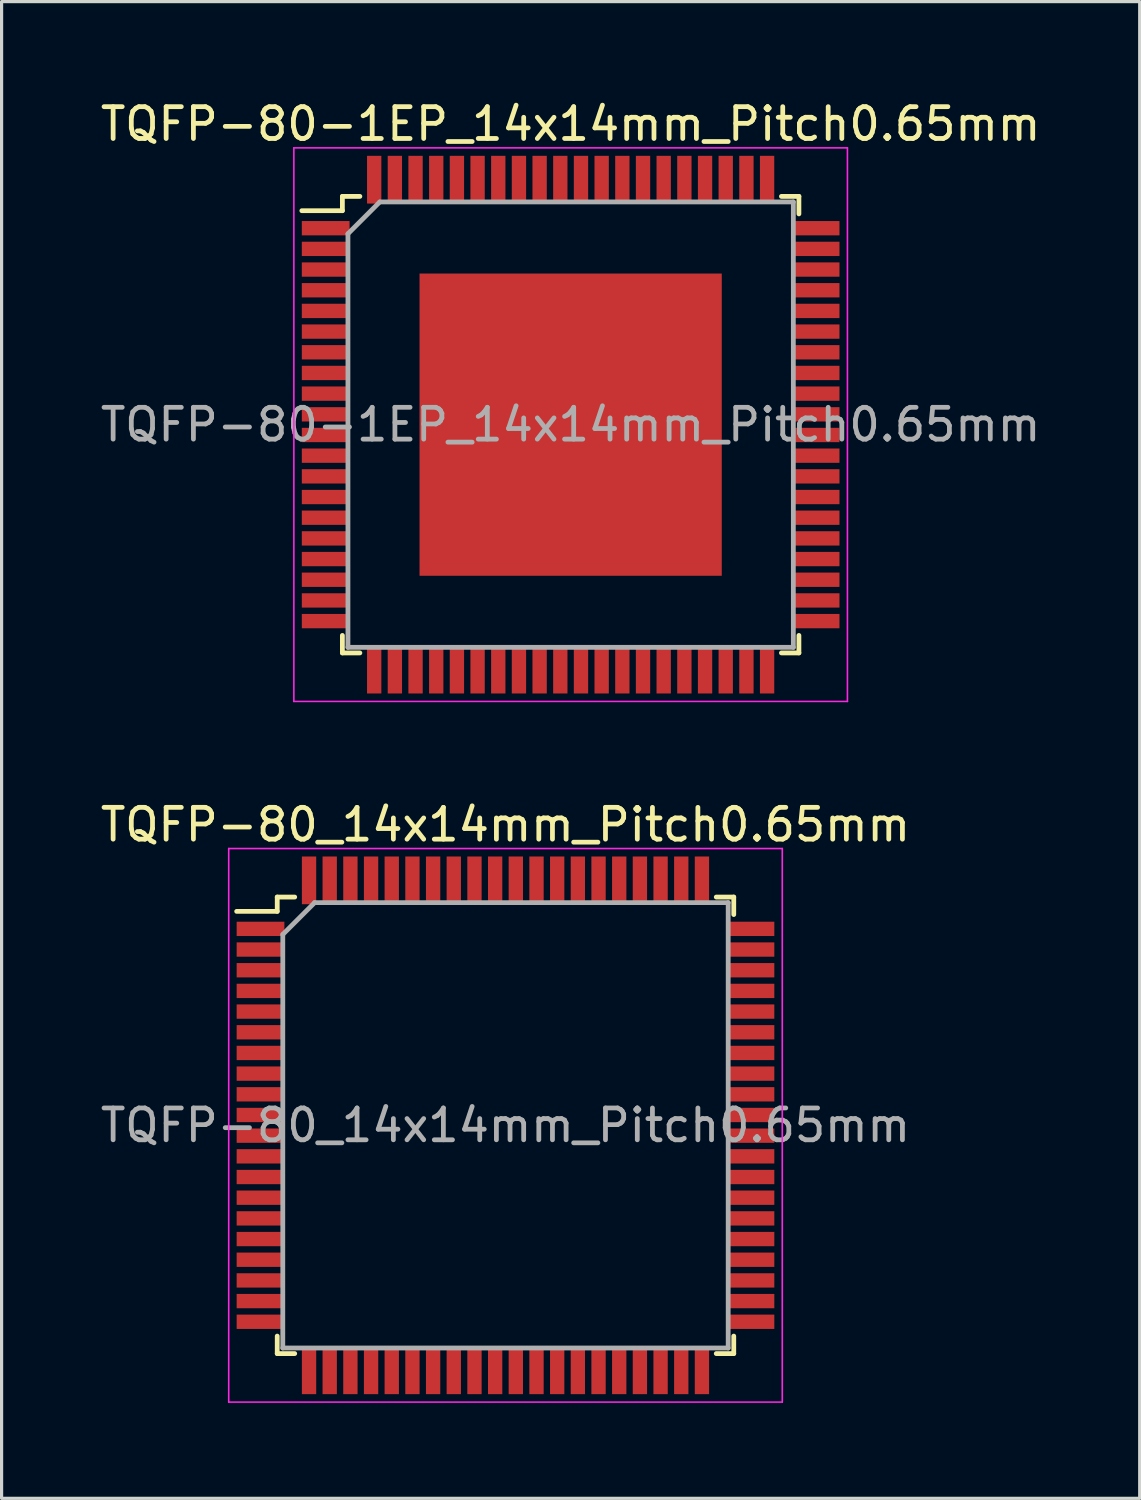
<source format=kicad_pcb>
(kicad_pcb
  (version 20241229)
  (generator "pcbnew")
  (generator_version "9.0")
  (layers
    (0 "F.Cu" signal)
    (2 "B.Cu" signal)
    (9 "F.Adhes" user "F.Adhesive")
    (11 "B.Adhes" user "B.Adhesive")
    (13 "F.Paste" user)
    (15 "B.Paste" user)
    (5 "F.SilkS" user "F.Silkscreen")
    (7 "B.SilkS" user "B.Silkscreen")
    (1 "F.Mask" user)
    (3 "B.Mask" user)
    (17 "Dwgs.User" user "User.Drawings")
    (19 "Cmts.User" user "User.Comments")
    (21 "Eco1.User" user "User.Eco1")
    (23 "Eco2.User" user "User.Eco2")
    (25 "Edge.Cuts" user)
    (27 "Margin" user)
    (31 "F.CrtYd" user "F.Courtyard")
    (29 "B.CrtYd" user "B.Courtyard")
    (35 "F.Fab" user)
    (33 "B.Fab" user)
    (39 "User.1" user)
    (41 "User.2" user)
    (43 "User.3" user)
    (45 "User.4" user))
  (footprint "TQFP-80-1EP_14x14mm_Pitch0.65mm"
    (layer "F.Cu")
    (at 14.887 10.298)
    (property "Reference" "TQFP-80-1EP_14x14mm_Pitch0.65mm" (at 0 -9.45 0) (layer "F.SilkS") (effects (font (size 1 1) (thickness 0.15))))
    (attr smd)
    (fp_line (start -7.175 -7.175) (end -7.175 -6.725) (stroke (width 0.15) (type solid)) (layer "F.SilkS"))
    (fp_line (start -7.175 -7.175) (end -6.625 -7.175) (stroke (width 0.15) (type solid)) (layer "F.SilkS"))
    (fp_line (start -7.175 -6.725) (end -8.45 -6.725) (stroke (width 0.15) (type solid)) (layer "F.SilkS"))
    (fp_line (start -7.175 7.175) (end -7.175 6.625) (stroke (width 0.15) (type solid)) (layer "F.SilkS"))
    (fp_line (start -7.175 7.175) (end -6.625 7.175) (stroke (width 0.15) (type solid)) (layer "F.SilkS"))
    (fp_line (start 7.175 -7.175) (end 6.625 -7.175) (stroke (width 0.15) (type solid)) (layer "F.SilkS"))
    (fp_line (start 7.175 -7.175) (end 7.175 -6.625) (stroke (width 0.15) (type solid)) (layer "F.SilkS"))
    (fp_line (start 7.175 7.175) (end 6.625 7.175) (stroke (width 0.15) (type solid)) (layer "F.SilkS"))
    (fp_line (start 7.175 7.175) (end 7.175 6.625) (stroke (width 0.15) (type solid)) (layer "F.SilkS"))
    (fp_line (start -8.7 -8.7) (end -8.7 8.7) (stroke (width 0.05) (type solid)) (layer "F.CrtYd"))
    (fp_line (start -8.7 -8.7) (end 8.7 -8.7) (stroke (width 0.05) (type solid)) (layer "F.CrtYd"))
    (fp_line (start -8.7 8.7) (end 8.7 8.7) (stroke (width 0.05) (type solid)) (layer "F.CrtYd"))
    (fp_line (start 8.7 -8.7) (end 8.7 8.7) (stroke (width 0.05) (type solid)) (layer "F.CrtYd"))
    (fp_line (start -7 -6) (end -6 -7) (stroke (width 0.15) (type solid)) (layer "F.Fab"))
    (fp_line (start -7 7) (end -7 -6) (stroke (width 0.15) (type solid)) (layer "F.Fab"))
    (fp_line (start -6 -7) (end 7 -7) (stroke (width 0.15) (type solid)) (layer "F.Fab"))
    (fp_line (start 7 -7) (end 7 7) (stroke (width 0.15) (type solid)) (layer "F.Fab"))
    (fp_line (start 7 7) (end -7 7) (stroke (width 0.15) (type solid)) (layer "F.Fab"))
    (fp_text user "${REFERENCE}" (at 0 0 0) (layer "F.Fab") (effects (font (size 1 1) (thickness 0.15))))
    (pad "" smd rect (at -2.375 -2.375) (size 3.8 3.8) (layers "F.Paste"))
    (pad "" smd rect (at -2.375 2.375) (size 3.8 3.8) (layers "F.Paste"))
    (pad "" smd rect (at 2.375 -2.375) (size 3.8 3.8) (layers "F.Paste"))
    (pad "" smd rect (at 2.375 2.375) (size 3.8 3.8) (layers "F.Paste"))
    (pad "1" smd rect (at -7.7 -6.175) (size 1.5 0.45) (layers "F.Cu" "F.Mask" "F.Paste"))
    (pad "2" smd rect (at -7.7 -5.525) (size 1.5 0.45) (layers "F.Cu" "F.Mask" "F.Paste"))
    (pad "3" smd rect (at -7.7 -4.875) (size 1.5 0.45) (layers "F.Cu" "F.Mask" "F.Paste"))
    (pad "4" smd rect (at -7.7 -4.225) (size 1.5 0.45) (layers "F.Cu" "F.Mask" "F.Paste"))
    (pad "5" smd rect (at -7.7 -3.575) (size 1.5 0.45) (layers "F.Cu" "F.Mask" "F.Paste"))
    (pad "6" smd rect (at -7.7 -2.925) (size 1.5 0.45) (layers "F.Cu" "F.Mask" "F.Paste"))
    (pad "7" smd rect (at -7.7 -2.275) (size 1.5 0.45) (layers "F.Cu" "F.Mask" "F.Paste"))
    (pad "8" smd rect (at -7.7 -1.625) (size 1.5 0.45) (layers "F.Cu" "F.Mask" "F.Paste"))
    (pad "9" smd rect (at -7.7 -0.975) (size 1.5 0.45) (layers "F.Cu" "F.Mask" "F.Paste"))
    (pad "10" smd rect (at -7.7 -0.325) (size 1.5 0.45) (layers "F.Cu" "F.Mask" "F.Paste"))
    (pad "11" smd rect (at -7.7 0.325) (size 1.5 0.45) (layers "F.Cu" "F.Mask" "F.Paste"))
    (pad "12" smd rect (at -7.7 0.975) (size 1.5 0.45) (layers "F.Cu" "F.Mask" "F.Paste"))
    (pad "13" smd rect (at -7.7 1.625) (size 1.5 0.45) (layers "F.Cu" "F.Mask" "F.Paste"))
    (pad "14" smd rect (at -7.7 2.275) (size 1.5 0.45) (layers "F.Cu" "F.Mask" "F.Paste"))
    (pad "15" smd rect (at -7.7 2.925) (size 1.5 0.45) (layers "F.Cu" "F.Mask" "F.Paste"))
    (pad "16" smd rect (at -7.7 3.575) (size 1.5 0.45) (layers "F.Cu" "F.Mask" "F.Paste"))
    (pad "17" smd rect (at -7.7 4.225) (size 1.5 0.45) (layers "F.Cu" "F.Mask" "F.Paste"))
    (pad "18" smd rect (at -7.7 4.875) (size 1.5 0.45) (layers "F.Cu" "F.Mask" "F.Paste"))
    (pad "19" smd rect (at -7.7 5.525) (size 1.5 0.45) (layers "F.Cu" "F.Mask" "F.Paste"))
    (pad "20" smd rect (at -7.7 6.175) (size 1.5 0.45) (layers "F.Cu" "F.Mask" "F.Paste"))
    (pad "21" smd rect (at -6.175 7.7 90) (size 1.5 0.45) (layers "F.Cu" "F.Mask" "F.Paste"))
    (pad "22" smd rect (at -5.525 7.7 90) (size 1.5 0.45) (layers "F.Cu" "F.Mask" "F.Paste"))
    (pad "23" smd rect (at -4.875 7.7 90) (size 1.5 0.45) (layers "F.Cu" "F.Mask" "F.Paste"))
    (pad "24" smd rect (at -4.225 7.7 90) (size 1.5 0.45) (layers "F.Cu" "F.Mask" "F.Paste"))
    (pad "25" smd rect (at -3.575 7.7 90) (size 1.5 0.45) (layers "F.Cu" "F.Mask" "F.Paste"))
    (pad "26" smd rect (at -2.925 7.7 90) (size 1.5 0.45) (layers "F.Cu" "F.Mask" "F.Paste"))
    (pad "27" smd rect (at -2.275 7.7 90) (size 1.5 0.45) (layers "F.Cu" "F.Mask" "F.Paste"))
    (pad "28" smd rect (at -1.625 7.7 90) (size 1.5 0.45) (layers "F.Cu" "F.Mask" "F.Paste"))
    (pad "29" smd rect (at -0.975 7.7 90) (size 1.5 0.45) (layers "F.Cu" "F.Mask" "F.Paste"))
    (pad "30" smd rect (at -0.325 7.7 90) (size 1.5 0.45) (layers "F.Cu" "F.Mask" "F.Paste"))
    (pad "31" smd rect (at 0.325 7.7 90) (size 1.5 0.45) (layers "F.Cu" "F.Mask" "F.Paste"))
    (pad "32" smd rect (at 0.975 7.7 90) (size 1.5 0.45) (layers "F.Cu" "F.Mask" "F.Paste"))
    (pad "33" smd rect (at 1.625 7.7 90) (size 1.5 0.45) (layers "F.Cu" "F.Mask" "F.Paste"))
    (pad "34" smd rect (at 2.275 7.7 90) (size 1.5 0.45) (layers "F.Cu" "F.Mask" "F.Paste"))
    (pad "35" smd rect (at 2.925 7.7 90) (size 1.5 0.45) (layers "F.Cu" "F.Mask" "F.Paste"))
    (pad "36" smd rect (at 3.575 7.7 90) (size 1.5 0.45) (layers "F.Cu" "F.Mask" "F.Paste"))
    (pad "37" smd rect (at 4.225 7.7 90) (size 1.5 0.45) (layers "F.Cu" "F.Mask" "F.Paste"))
    (pad "38" smd rect (at 4.875 7.7 90) (size 1.5 0.45) (layers "F.Cu" "F.Mask" "F.Paste"))
    (pad "39" smd rect (at 5.525 7.7 90) (size 1.5 0.45) (layers "F.Cu" "F.Mask" "F.Paste"))
    (pad "40" smd rect (at 6.175 7.7 90) (size 1.5 0.45) (layers "F.Cu" "F.Mask" "F.Paste"))
    (pad "41" smd rect (at 7.7 6.175) (size 1.5 0.45) (layers "F.Cu" "F.Mask" "F.Paste"))
    (pad "42" smd rect (at 7.7 5.525) (size 1.5 0.45) (layers "F.Cu" "F.Mask" "F.Paste"))
    (pad "43" smd rect (at 7.7 4.875) (size 1.5 0.45) (layers "F.Cu" "F.Mask" "F.Paste"))
    (pad "44" smd rect (at 7.7 4.225) (size 1.5 0.45) (layers "F.Cu" "F.Mask" "F.Paste"))
    (pad "45" smd rect (at 7.7 3.575) (size 1.5 0.45) (layers "F.Cu" "F.Mask" "F.Paste"))
    (pad "46" smd rect (at 7.7 2.925) (size 1.5 0.45) (layers "F.Cu" "F.Mask" "F.Paste"))
    (pad "47" smd rect (at 7.7 2.275) (size 1.5 0.45) (layers "F.Cu" "F.Mask" "F.Paste"))
    (pad "48" smd rect (at 7.7 1.625) (size 1.5 0.45) (layers "F.Cu" "F.Mask" "F.Paste"))
    (pad "49" smd rect (at 7.7 0.975) (size 1.5 0.45) (layers "F.Cu" "F.Mask" "F.Paste"))
    (pad "50" smd rect (at 7.7 0.325) (size 1.5 0.45) (layers "F.Cu" "F.Mask" "F.Paste"))
    (pad "51" smd rect (at 7.7 -0.325) (size 1.5 0.45) (layers "F.Cu" "F.Mask" "F.Paste"))
    (pad "52" smd rect (at 7.7 -0.975) (size 1.5 0.45) (layers "F.Cu" "F.Mask" "F.Paste"))
    (pad "53" smd rect (at 7.7 -1.625) (size 1.5 0.45) (layers "F.Cu" "F.Mask" "F.Paste"))
    (pad "54" smd rect (at 7.7 -2.275) (size 1.5 0.45) (layers "F.Cu" "F.Mask" "F.Paste"))
    (pad "55" smd rect (at 7.7 -2.925) (size 1.5 0.45) (layers "F.Cu" "F.Mask" "F.Paste"))
    (pad "56" smd rect (at 7.7 -3.575) (size 1.5 0.45) (layers "F.Cu" "F.Mask" "F.Paste"))
    (pad "57" smd rect (at 7.7 -4.225) (size 1.5 0.45) (layers "F.Cu" "F.Mask" "F.Paste"))
    (pad "58" smd rect (at 7.7 -4.875) (size 1.5 0.45) (layers "F.Cu" "F.Mask" "F.Paste"))
    (pad "59" smd rect (at 7.7 -5.525) (size 1.5 0.45) (layers "F.Cu" "F.Mask" "F.Paste"))
    (pad "60" smd rect (at 7.7 -6.175) (size 1.5 0.45) (layers "F.Cu" "F.Mask" "F.Paste"))
    (pad "61" smd rect (at 6.175 -7.7 90) (size 1.5 0.45) (layers "F.Cu" "F.Mask" "F.Paste"))
    (pad "62" smd rect (at 5.525 -7.7 90) (size 1.5 0.45) (layers "F.Cu" "F.Mask" "F.Paste"))
    (pad "63" smd rect (at 4.875 -7.7 90) (size 1.5 0.45) (layers "F.Cu" "F.Mask" "F.Paste"))
    (pad "64" smd rect (at 4.225 -7.7 90) (size 1.5 0.45) (layers "F.Cu" "F.Mask" "F.Paste"))
    (pad "65" smd rect (at 3.575 -7.7 90) (size 1.5 0.45) (layers "F.Cu" "F.Mask" "F.Paste"))
    (pad "66" smd rect (at 2.925 -7.7 90) (size 1.5 0.45) (layers "F.Cu" "F.Mask" "F.Paste"))
    (pad "67" smd rect (at 2.275 -7.7 90) (size 1.5 0.45) (layers "F.Cu" "F.Mask" "F.Paste"))
    (pad "68" smd rect (at 1.625 -7.7 90) (size 1.5 0.45) (layers "F.Cu" "F.Mask" "F.Paste"))
    (pad "69" smd rect (at 0.975 -7.7 90) (size 1.5 0.45) (layers "F.Cu" "F.Mask" "F.Paste"))
    (pad "70" smd rect (at 0.325 -7.7 90) (size 1.5 0.45) (layers "F.Cu" "F.Mask" "F.Paste"))
    (pad "71" smd rect (at -0.325 -7.7 90) (size 1.5 0.45) (layers "F.Cu" "F.Mask" "F.Paste"))
    (pad "72" smd rect (at -0.975 -7.7 90) (size 1.5 0.45) (layers "F.Cu" "F.Mask" "F.Paste"))
    (pad "73" smd rect (at -1.625 -7.7 90) (size 1.5 0.45) (layers "F.Cu" "F.Mask" "F.Paste"))
    (pad "74" smd rect (at -2.275 -7.7 90) (size 1.5 0.45) (layers "F.Cu" "F.Mask" "F.Paste"))
    (pad "75" smd rect (at -2.925 -7.7 90) (size 1.5 0.45) (layers "F.Cu" "F.Mask" "F.Paste"))
    (pad "76" smd rect (at -3.575 -7.7 90) (size 1.5 0.45) (layers "F.Cu" "F.Mask" "F.Paste"))
    (pad "77" smd rect (at -4.225 -7.7 90) (size 1.5 0.45) (layers "F.Cu" "F.Mask" "F.Paste"))
    (pad "78" smd rect (at -4.875 -7.7 90) (size 1.5 0.45) (layers "F.Cu" "F.Mask" "F.Paste"))
    (pad "79" smd rect (at -5.525 -7.7 90) (size 1.5 0.45) (layers "F.Cu" "F.Mask" "F.Paste"))
    (pad "80" smd rect (at -6.175 -7.7 90) (size 1.5 0.45) (layers "F.Cu" "F.Mask" "F.Paste"))
    (pad "81" smd rect (at 0 0) (size 9.5 9.5) (layers "F.Cu" "F.Mask")))
  (footprint "TQFP-80_14x14mm_Pitch0.65mm"
    (layer "F.Cu")
    (at 12.839 32.322)
    (property "Reference" "TQFP-80_14x14mm_Pitch0.65mm" (at 0 -9.45 0) (layer "F.SilkS") (effects (font (size 1 1) (thickness 0.15))))
    (attr smd)
    (fp_line (start -7.175 -7.175) (end -7.175 -6.725) (stroke (width 0.15) (type solid)) (layer "F.SilkS"))
    (fp_line (start -7.175 -7.175) (end -6.625 -7.175) (stroke (width 0.15) (type solid)) (layer "F.SilkS"))
    (fp_line (start -7.175 -6.725) (end -8.45 -6.725) (stroke (width 0.15) (type solid)) (layer "F.SilkS"))
    (fp_line (start -7.175 7.175) (end -7.175 6.625) (stroke (width 0.15) (type solid)) (layer "F.SilkS"))
    (fp_line (start -7.175 7.175) (end -6.625 7.175) (stroke (width 0.15) (type solid)) (layer "F.SilkS"))
    (fp_line (start 7.175 -7.175) (end 6.625 -7.175) (stroke (width 0.15) (type solid)) (layer "F.SilkS"))
    (fp_line (start 7.175 -7.175) (end 7.175 -6.625) (stroke (width 0.15) (type solid)) (layer "F.SilkS"))
    (fp_line (start 7.175 7.175) (end 6.625 7.175) (stroke (width 0.15) (type solid)) (layer "F.SilkS"))
    (fp_line (start 7.175 7.175) (end 7.175 6.625) (stroke (width 0.15) (type solid)) (layer "F.SilkS"))
    (fp_line (start -8.7 -8.7) (end -8.7 8.7) (stroke (width 0.05) (type solid)) (layer "F.CrtYd"))
    (fp_line (start -8.7 -8.7) (end 8.7 -8.7) (stroke (width 0.05) (type solid)) (layer "F.CrtYd"))
    (fp_line (start -8.7 8.7) (end 8.7 8.7) (stroke (width 0.05) (type solid)) (layer "F.CrtYd"))
    (fp_line (start 8.7 -8.7) (end 8.7 8.7) (stroke (width 0.05) (type solid)) (layer "F.CrtYd"))
    (fp_line (start -7 -6) (end -6 -7) (stroke (width 0.15) (type solid)) (layer "F.Fab"))
    (fp_line (start -7 7) (end -7 -6) (stroke (width 0.15) (type solid)) (layer "F.Fab"))
    (fp_line (start -6 -7) (end 7 -7) (stroke (width 0.15) (type solid)) (layer "F.Fab"))
    (fp_line (start 7 -7) (end 7 7) (stroke (width 0.15) (type solid)) (layer "F.Fab"))
    (fp_line (start 7 7) (end -7 7) (stroke (width 0.15) (type solid)) (layer "F.Fab"))
    (fp_text user "${REFERENCE}" (at 0 0 0) (layer "F.Fab") (effects (font (size 1 1) (thickness 0.15))))
    (pad "1" smd rect (at -7.7 -6.175) (size 1.5 0.45) (layers "F.Cu" "F.Mask" "F.Paste"))
    (pad "2" smd rect (at -7.7 -5.525) (size 1.5 0.45) (layers "F.Cu" "F.Mask" "F.Paste"))
    (pad "3" smd rect (at -7.7 -4.875) (size 1.5 0.45) (layers "F.Cu" "F.Mask" "F.Paste"))
    (pad "4" smd rect (at -7.7 -4.225) (size 1.5 0.45) (layers "F.Cu" "F.Mask" "F.Paste"))
    (pad "5" smd rect (at -7.7 -3.575) (size 1.5 0.45) (layers "F.Cu" "F.Mask" "F.Paste"))
    (pad "6" smd rect (at -7.7 -2.925) (size 1.5 0.45) (layers "F.Cu" "F.Mask" "F.Paste"))
    (pad "7" smd rect (at -7.7 -2.275) (size 1.5 0.45) (layers "F.Cu" "F.Mask" "F.Paste"))
    (pad "8" smd rect (at -7.7 -1.625) (size 1.5 0.45) (layers "F.Cu" "F.Mask" "F.Paste"))
    (pad "9" smd rect (at -7.7 -0.975) (size 1.5 0.45) (layers "F.Cu" "F.Mask" "F.Paste"))
    (pad "10" smd rect (at -7.7 -0.325) (size 1.5 0.45) (layers "F.Cu" "F.Mask" "F.Paste"))
    (pad "11" smd rect (at -7.7 0.325) (size 1.5 0.45) (layers "F.Cu" "F.Mask" "F.Paste"))
    (pad "12" smd rect (at -7.7 0.975) (size 1.5 0.45) (layers "F.Cu" "F.Mask" "F.Paste"))
    (pad "13" smd rect (at -7.7 1.625) (size 1.5 0.45) (layers "F.Cu" "F.Mask" "F.Paste"))
    (pad "14" smd rect (at -7.7 2.275) (size 1.5 0.45) (layers "F.Cu" "F.Mask" "F.Paste"))
    (pad "15" smd rect (at -7.7 2.925) (size 1.5 0.45) (layers "F.Cu" "F.Mask" "F.Paste"))
    (pad "16" smd rect (at -7.7 3.575) (size 1.5 0.45) (layers "F.Cu" "F.Mask" "F.Paste"))
    (pad "17" smd rect (at -7.7 4.225) (size 1.5 0.45) (layers "F.Cu" "F.Mask" "F.Paste"))
    (pad "18" smd rect (at -7.7 4.875) (size 1.5 0.45) (layers "F.Cu" "F.Mask" "F.Paste"))
    (pad "19" smd rect (at -7.7 5.525) (size 1.5 0.45) (layers "F.Cu" "F.Mask" "F.Paste"))
    (pad "20" smd rect (at -7.7 6.175) (size 1.5 0.45) (layers "F.Cu" "F.Mask" "F.Paste"))
    (pad "21" smd rect (at -6.175 7.7 90) (size 1.5 0.45) (layers "F.Cu" "F.Mask" "F.Paste"))
    (pad "22" smd rect (at -5.525 7.7 90) (size 1.5 0.45) (layers "F.Cu" "F.Mask" "F.Paste"))
    (pad "23" smd rect (at -4.875 7.7 90) (size 1.5 0.45) (layers "F.Cu" "F.Mask" "F.Paste"))
    (pad "24" smd rect (at -4.225 7.7 90) (size 1.5 0.45) (layers "F.Cu" "F.Mask" "F.Paste"))
    (pad "25" smd rect (at -3.575 7.7 90) (size 1.5 0.45) (layers "F.Cu" "F.Mask" "F.Paste"))
    (pad "26" smd rect (at -2.925 7.7 90) (size 1.5 0.45) (layers "F.Cu" "F.Mask" "F.Paste"))
    (pad "27" smd rect (at -2.275 7.7 90) (size 1.5 0.45) (layers "F.Cu" "F.Mask" "F.Paste"))
    (pad "28" smd rect (at -1.625 7.7 90) (size 1.5 0.45) (layers "F.Cu" "F.Mask" "F.Paste"))
    (pad "29" smd rect (at -0.975 7.7 90) (size 1.5 0.45) (layers "F.Cu" "F.Mask" "F.Paste"))
    (pad "30" smd rect (at -0.325 7.7 90) (size 1.5 0.45) (layers "F.Cu" "F.Mask" "F.Paste"))
    (pad "31" smd rect (at 0.325 7.7 90) (size 1.5 0.45) (layers "F.Cu" "F.Mask" "F.Paste"))
    (pad "32" smd rect (at 0.975 7.7 90) (size 1.5 0.45) (layers "F.Cu" "F.Mask" "F.Paste"))
    (pad "33" smd rect (at 1.625 7.7 90) (size 1.5 0.45) (layers "F.Cu" "F.Mask" "F.Paste"))
    (pad "34" smd rect (at 2.275 7.7 90) (size 1.5 0.45) (layers "F.Cu" "F.Mask" "F.Paste"))
    (pad "35" smd rect (at 2.925 7.7 90) (size 1.5 0.45) (layers "F.Cu" "F.Mask" "F.Paste"))
    (pad "36" smd rect (at 3.575 7.7 90) (size 1.5 0.45) (layers "F.Cu" "F.Mask" "F.Paste"))
    (pad "37" smd rect (at 4.225 7.7 90) (size 1.5 0.45) (layers "F.Cu" "F.Mask" "F.Paste"))
    (pad "38" smd rect (at 4.875 7.7 90) (size 1.5 0.45) (layers "F.Cu" "F.Mask" "F.Paste"))
    (pad "39" smd rect (at 5.525 7.7 90) (size 1.5 0.45) (layers "F.Cu" "F.Mask" "F.Paste"))
    (pad "40" smd rect (at 6.175 7.7 90) (size 1.5 0.45) (layers "F.Cu" "F.Mask" "F.Paste"))
    (pad "41" smd rect (at 7.7 6.175) (size 1.5 0.45) (layers "F.Cu" "F.Mask" "F.Paste"))
    (pad "42" smd rect (at 7.7 5.525) (size 1.5 0.45) (layers "F.Cu" "F.Mask" "F.Paste"))
    (pad "43" smd rect (at 7.7 4.875) (size 1.5 0.45) (layers "F.Cu" "F.Mask" "F.Paste"))
    (pad "44" smd rect (at 7.7 4.225) (size 1.5 0.45) (layers "F.Cu" "F.Mask" "F.Paste"))
    (pad "45" smd rect (at 7.7 3.575) (size 1.5 0.45) (layers "F.Cu" "F.Mask" "F.Paste"))
    (pad "46" smd rect (at 7.7 2.925) (size 1.5 0.45) (layers "F.Cu" "F.Mask" "F.Paste"))
    (pad "47" smd rect (at 7.7 2.275) (size 1.5 0.45) (layers "F.Cu" "F.Mask" "F.Paste"))
    (pad "48" smd rect (at 7.7 1.625) (size 1.5 0.45) (layers "F.Cu" "F.Mask" "F.Paste"))
    (pad "49" smd rect (at 7.7 0.975) (size 1.5 0.45) (layers "F.Cu" "F.Mask" "F.Paste"))
    (pad "50" smd rect (at 7.7 0.325) (size 1.5 0.45) (layers "F.Cu" "F.Mask" "F.Paste"))
    (pad "51" smd rect (at 7.7 -0.325) (size 1.5 0.45) (layers "F.Cu" "F.Mask" "F.Paste"))
    (pad "52" smd rect (at 7.7 -0.975) (size 1.5 0.45) (layers "F.Cu" "F.Mask" "F.Paste"))
    (pad "53" smd rect (at 7.7 -1.625) (size 1.5 0.45) (layers "F.Cu" "F.Mask" "F.Paste"))
    (pad "54" smd rect (at 7.7 -2.275) (size 1.5 0.45) (layers "F.Cu" "F.Mask" "F.Paste"))
    (pad "55" smd rect (at 7.7 -2.925) (size 1.5 0.45) (layers "F.Cu" "F.Mask" "F.Paste"))
    (pad "56" smd rect (at 7.7 -3.575) (size 1.5 0.45) (layers "F.Cu" "F.Mask" "F.Paste"))
    (pad "57" smd rect (at 7.7 -4.225) (size 1.5 0.45) (layers "F.Cu" "F.Mask" "F.Paste"))
    (pad "58" smd rect (at 7.7 -4.875) (size 1.5 0.45) (layers "F.Cu" "F.Mask" "F.Paste"))
    (pad "59" smd rect (at 7.7 -5.525) (size 1.5 0.45) (layers "F.Cu" "F.Mask" "F.Paste"))
    (pad "60" smd rect (at 7.7 -6.175) (size 1.5 0.45) (layers "F.Cu" "F.Mask" "F.Paste"))
    (pad "61" smd rect (at 6.175 -7.7 90) (size 1.5 0.45) (layers "F.Cu" "F.Mask" "F.Paste"))
    (pad "62" smd rect (at 5.525 -7.7 90) (size 1.5 0.45) (layers "F.Cu" "F.Mask" "F.Paste"))
    (pad "63" smd rect (at 4.875 -7.7 90) (size 1.5 0.45) (layers "F.Cu" "F.Mask" "F.Paste"))
    (pad "64" smd rect (at 4.225 -7.7 90) (size 1.5 0.45) (layers "F.Cu" "F.Mask" "F.Paste"))
    (pad "65" smd rect (at 3.575 -7.7 90) (size 1.5 0.45) (layers "F.Cu" "F.Mask" "F.Paste"))
    (pad "66" smd rect (at 2.925 -7.7 90) (size 1.5 0.45) (layers "F.Cu" "F.Mask" "F.Paste"))
    (pad "67" smd rect (at 2.275 -7.7 90) (size 1.5 0.45) (layers "F.Cu" "F.Mask" "F.Paste"))
    (pad "68" smd rect (at 1.625 -7.7 90) (size 1.5 0.45) (layers "F.Cu" "F.Mask" "F.Paste"))
    (pad "69" smd rect (at 0.975 -7.7 90) (size 1.5 0.45) (layers "F.Cu" "F.Mask" "F.Paste"))
    (pad "70" smd rect (at 0.325 -7.7 90) (size 1.5 0.45) (layers "F.Cu" "F.Mask" "F.Paste"))
    (pad "71" smd rect (at -0.325 -7.7 90) (size 1.5 0.45) (layers "F.Cu" "F.Mask" "F.Paste"))
    (pad "72" smd rect (at -0.975 -7.7 90) (size 1.5 0.45) (layers "F.Cu" "F.Mask" "F.Paste"))
    (pad "73" smd rect (at -1.625 -7.7 90) (size 1.5 0.45) (layers "F.Cu" "F.Mask" "F.Paste"))
    (pad "74" smd rect (at -2.275 -7.7 90) (size 1.5 0.45) (layers "F.Cu" "F.Mask" "F.Paste"))
    (pad "75" smd rect (at -2.925 -7.7 90) (size 1.5 0.45) (layers "F.Cu" "F.Mask" "F.Paste"))
    (pad "76" smd rect (at -3.575 -7.7 90) (size 1.5 0.45) (layers "F.Cu" "F.Mask" "F.Paste"))
    (pad "77" smd rect (at -4.225 -7.7 90) (size 1.5 0.45) (layers "F.Cu" "F.Mask" "F.Paste"))
    (pad "78" smd rect (at -4.875 -7.7 90) (size 1.5 0.45) (layers "F.Cu" "F.Mask" "F.Paste"))
    (pad "79" smd rect (at -5.525 -7.7 90) (size 1.5 0.45) (layers "F.Cu" "F.Mask" "F.Paste"))
    (pad "80" smd rect (at -6.175 -7.7 90) (size 1.5 0.45) (layers "F.Cu" "F.Mask" "F.Paste")))
  (gr_rect
    (start -3 -3)
    (end 32.774 44.047)
    (stroke (width 0.1) (type default))
    (fill no)
    (layer "Edge.Cuts")))
</source>
